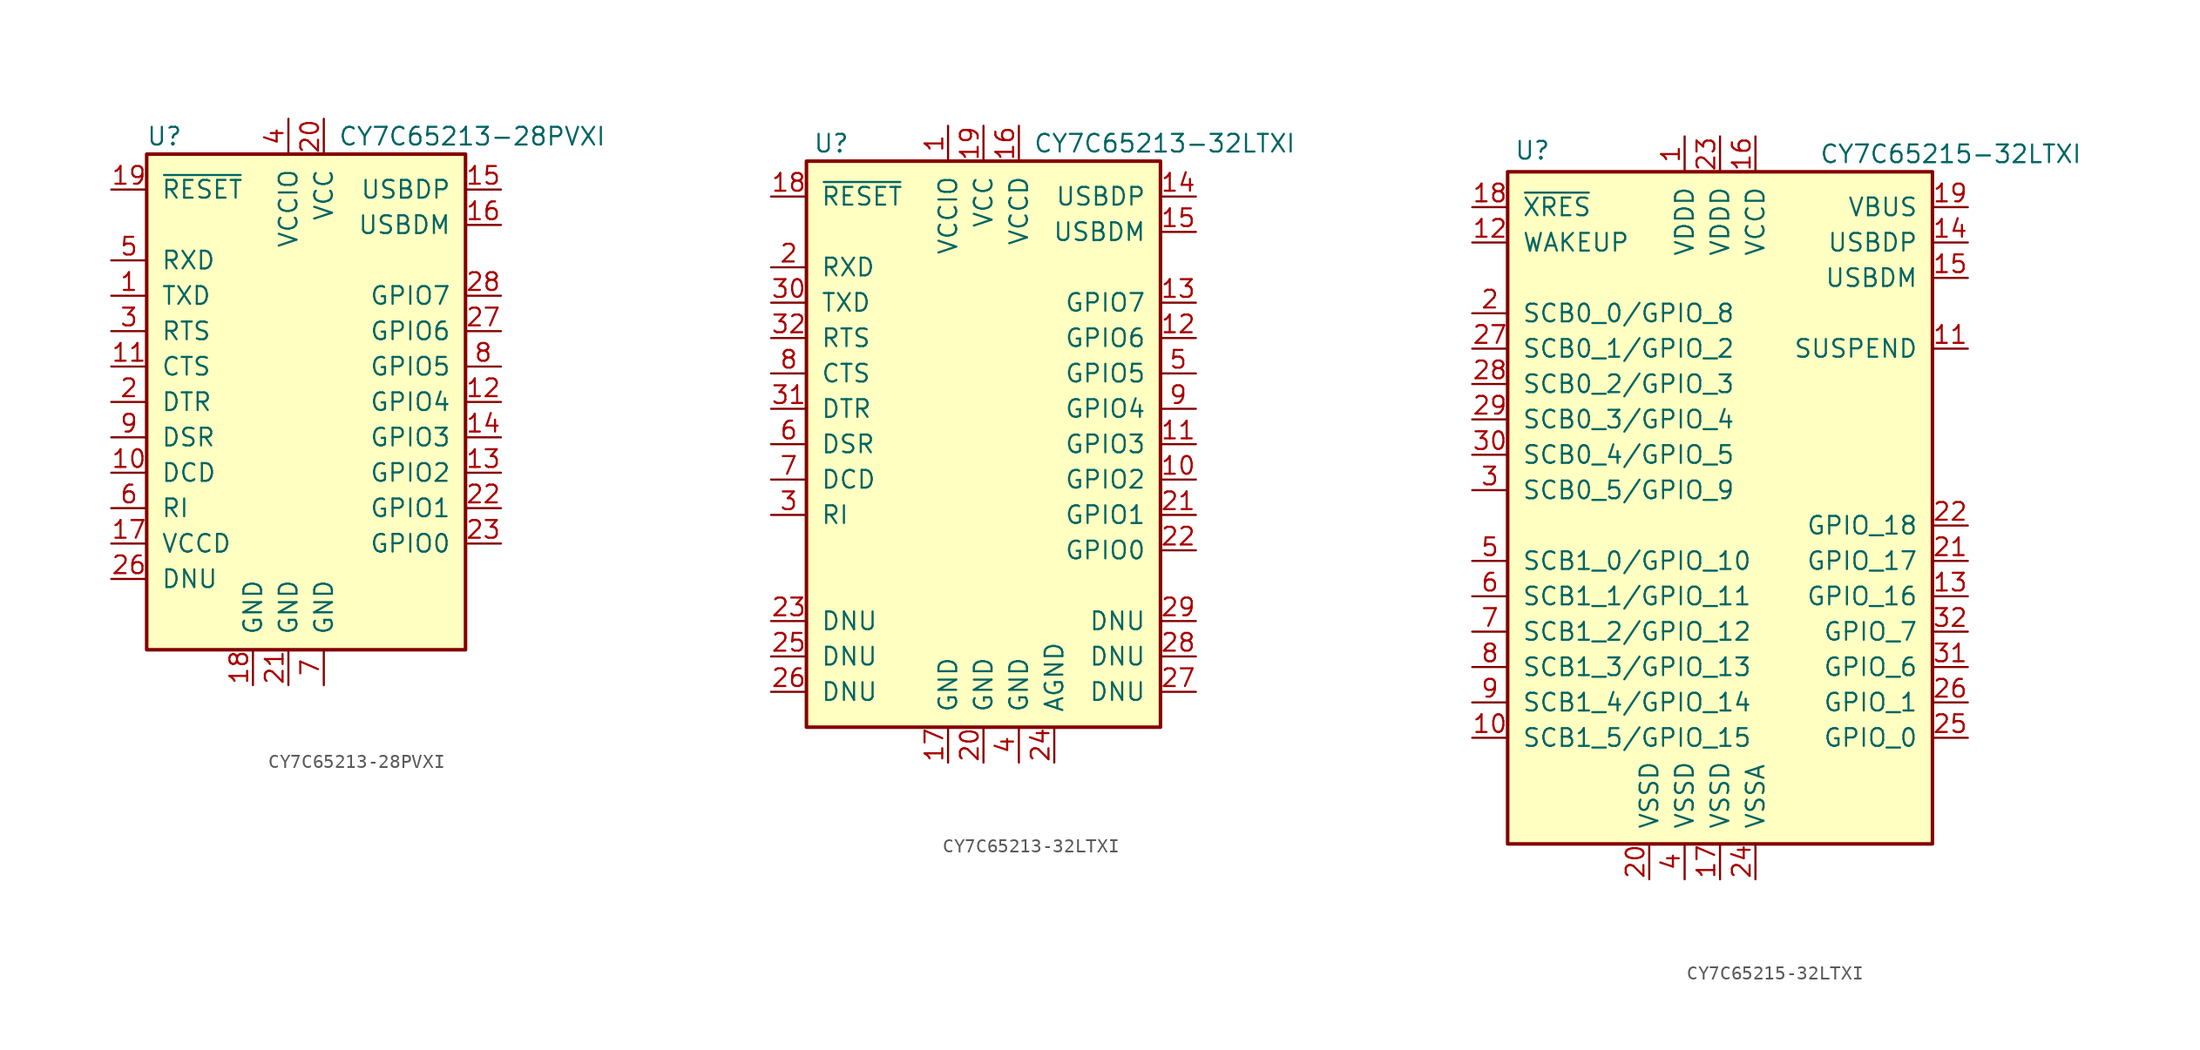
<source format=kicad_sym>
(kicad_symbol_lib
  (version 20220914)
  (generator kicad_symbol_editor)
  (symbol "CY7C65213-28PVXI"
    (pin_names
      (offset 1.016))
    (property "Reference" "U"
      (at -8.89 19.05 0)
      (effects (font (size 1.27 1.27))))
    (property "Value" "CY7C65213-28PVXI"
      (at 3.556 19.05 0)
      (effects (font (size 1.27 1.27)) (justify left)))
    (symbol "CY7C65213-28PVXI_0_1"
      (rectangle (start -10.16 17.78) (end 12.7 -17.78) (stroke (width 0.254) (type default)) (fill (type background))))
    (symbol "CY7C65213-28PVXI_1_1"
      (pin output line (at -12.7 7.62 0) (length 2.54) (name "TXD" (effects (font (size 1.27 1.27)))) (number "1" (effects (font (size 1.27 1.27)))))
      (pin input line (at -12.7 -5.08 0) (length 2.54) (name "DCD" (effects (font (size 1.27 1.27)))) (number "10" (effects (font (size 1.27 1.27)))))
      (pin input line (at -12.7 2.54 0) (length 2.54) (name "CTS" (effects (font (size 1.27 1.27)))) (number "11" (effects (font (size 1.27 1.27)))))
      (pin bidirectional line (at 15.24 0 180) (length 2.54) (name "GPIO4" (effects (font (size 1.27 1.27)))) (number "12" (effects (font (size 1.27 1.27)))))
      (pin tri_state line (at 15.24 -5.08 180) (length 2.54) (name "GPIO2" (effects (font (size 1.27 1.27)))) (number "13" (effects (font (size 1.27 1.27)))))
      (pin bidirectional line (at 15.24 -2.54 180) (length 2.54) (name "GPIO3" (effects (font (size 1.27 1.27)))) (number "14" (effects (font (size 1.27 1.27)))))
      (pin bidirectional line (at 15.24 15.24 180) (length 2.54) (name "USBDP" (effects (font (size 1.27 1.27)))) (number "15" (effects (font (size 1.27 1.27)))))
      (pin bidirectional line (at 15.24 12.7 180) (length 2.54) (name "USBDM" (effects (font (size 1.27 1.27)))) (number "16" (effects (font (size 1.27 1.27)))))
      (pin passive line (at -12.7 -10.16 0) (length 2.54) (name "VCCD" (effects (font (size 1.27 1.27)))) (number "17" (effects (font (size 1.27 1.27)))))
      (pin power_in line (at -2.54 -20.32 90) (length 2.54) (name "GND" (effects (font (size 1.27 1.27)))) (number "18" (effects (font (size 1.27 1.27)))))
      (pin bidirectional line (at -12.7 15.24 0) (length 2.54) (name "~{RESET}" (effects (font (size 1.27 1.27)))) (number "19" (effects (font (size 1.27 1.27)))))
      (pin output line (at -12.7 0 0) (length 2.54) (name "DTR" (effects (font (size 1.27 1.27)))) (number "2" (effects (font (size 1.27 1.27)))))
      (pin power_in line (at 2.54 20.32 270) (length 2.54) (name "VCC" (effects (font (size 1.27 1.27)))) (number "20" (effects (font (size 1.27 1.27)))))
      (pin power_in line (at 0 -20.32 90) (length 2.54) (name "GND" (effects (font (size 1.27 1.27)))) (number "21" (effects (font (size 1.27 1.27)))))
      (pin bidirectional line (at 15.24 -7.62 180) (length 2.54) (name "GPIO1" (effects (font (size 1.27 1.27)))) (number "22" (effects (font (size 1.27 1.27)))))
      (pin bidirectional line (at 15.24 -10.16 180) (length 2.54) (name "GPIO0" (effects (font (size 1.27 1.27)))) (number "23" (effects (font (size 1.27 1.27)))))
      (pin no_connect line (at 12.7 -15.24 180) (length 2.54) hide (name "NC" (effects (font (size 1.27 1.27)))) (number "24" (effects (font (size 1.27 1.27)))))
      (pin no_connect line (at 12.7 -12.7 180) (length 2.54) hide (name "NC" (effects (font (size 1.27 1.27)))) (number "25" (effects (font (size 1.27 1.27)))))
      (pin passive line (at -12.7 -12.7 0) (length 2.54) (name "DNU" (effects (font (size 1.27 1.27)))) (number "26" (effects (font (size 1.27 1.27)))))
      (pin tri_state line (at 15.24 5.08 180) (length 2.54) (name "GPIO6" (effects (font (size 1.27 1.27)))) (number "27" (effects (font (size 1.27 1.27)))))
      (pin tri_state line (at 15.24 7.62 180) (length 2.54) (name "GPIO7" (effects (font (size 1.27 1.27)))) (number "28" (effects (font (size 1.27 1.27)))))
      (pin output line (at -12.7 5.08 0) (length 2.54) (name "RTS" (effects (font (size 1.27 1.27)))) (number "3" (effects (font (size 1.27 1.27)))))
      (pin power_in line (at 0 20.32 270) (length 2.54) (name "VCCIO" (effects (font (size 1.27 1.27)))) (number "4" (effects (font (size 1.27 1.27)))))
      (pin input line (at -12.7 10.16 0) (length 2.54) (name "RXD" (effects (font (size 1.27 1.27)))) (number "5" (effects (font (size 1.27 1.27)))))
      (pin input line (at -12.7 -7.62 0) (length 2.54) (name "RI" (effects (font (size 1.27 1.27)))) (number "6" (effects (font (size 1.27 1.27)))))
      (pin power_in line (at 2.54 -20.32 90) (length 2.54) (name "GND" (effects (font (size 1.27 1.27)))) (number "7" (effects (font (size 1.27 1.27)))))
      (pin tri_state line (at 15.24 2.54 180) (length 2.54) (name "GPIO5" (effects (font (size 1.27 1.27)))) (number "8" (effects (font (size 1.27 1.27)))))
      (pin input line (at -12.7 -2.54 0) (length 2.54) (name "DSR" (effects (font (size 1.27 1.27)))) (number "9" (effects (font (size 1.27 1.27)))))))
  (symbol "CY7C65213-32LTXI"
    (pin_names
      (offset 1.016))
    (property "Reference" "U"
      (at -10.922 19.05 0)
      (effects (font (size 1.27 1.27))))
    (property "Value" "CY7C65213-32LTXI"
      (at 3.556 19.05 0)
      (effects (font (size 1.27 1.27)) (justify left)))
    (symbol "CY7C65213-32LTXI_0_1"
      (rectangle (start -12.7 17.78) (end 12.7 -22.86) (stroke (width 0.254) (type default)) (fill (type background))))
    (symbol "CY7C65213-32LTXI_1_1"
      (pin power_in line (at -2.54 20.32 270) (length 2.54) (name "VCCIO" (effects (font (size 1.27 1.27)))) (number "1" (effects (font (size 1.27 1.27)))))
      (pin tri_state line (at 15.24 -5.08 180) (length 2.54) (name "GPIO2" (effects (font (size 1.27 1.27)))) (number "10" (effects (font (size 1.27 1.27)))))
      (pin bidirectional line (at 15.24 -2.54 180) (length 2.54) (name "GPIO3" (effects (font (size 1.27 1.27)))) (number "11" (effects (font (size 1.27 1.27)))))
      (pin tri_state line (at 15.24 5.08 180) (length 2.54) (name "GPIO6" (effects (font (size 1.27 1.27)))) (number "12" (effects (font (size 1.27 1.27)))))
      (pin tri_state line (at 15.24 7.62 180) (length 2.54) (name "GPIO7" (effects (font (size 1.27 1.27)))) (number "13" (effects (font (size 1.27 1.27)))))
      (pin bidirectional line (at 15.24 15.24 180) (length 2.54) (name "USBDP" (effects (font (size 1.27 1.27)))) (number "14" (effects (font (size 1.27 1.27)))))
      (pin bidirectional line (at 15.24 12.7 180) (length 2.54) (name "USBDM" (effects (font (size 1.27 1.27)))) (number "15" (effects (font (size 1.27 1.27)))))
      (pin passive line (at 2.54 20.32 270) (length 2.54) (name "VCCD" (effects (font (size 1.27 1.27)))) (number "16" (effects (font (size 1.27 1.27)))))
      (pin power_in line (at -2.54 -25.4 90) (length 2.54) (name "GND" (effects (font (size 1.27 1.27)))) (number "17" (effects (font (size 1.27 1.27)))))
      (pin bidirectional line (at -15.24 15.24 0) (length 2.54) (name "~{RESET}" (effects (font (size 1.27 1.27)))) (number "18" (effects (font (size 1.27 1.27)))))
      (pin power_in line (at 0 20.32 270) (length 2.54) (name "VCC" (effects (font (size 1.27 1.27)))) (number "19" (effects (font (size 1.27 1.27)))))
      (pin input line (at -15.24 10.16 0) (length 2.54) (name "RXD" (effects (font (size 1.27 1.27)))) (number "2" (effects (font (size 1.27 1.27)))))
      (pin power_in line (at 0 -25.4 90) (length 2.54) (name "GND" (effects (font (size 1.27 1.27)))) (number "20" (effects (font (size 1.27 1.27)))))
      (pin bidirectional line (at 15.24 -7.62 180) (length 2.54) (name "GPIO1" (effects (font (size 1.27 1.27)))) (number "21" (effects (font (size 1.27 1.27)))))
      (pin bidirectional line (at 15.24 -10.16 180) (length 2.54) (name "GPIO0" (effects (font (size 1.27 1.27)))) (number "22" (effects (font (size 1.27 1.27)))))
      (pin passive line (at -15.24 -15.24 0) (length 2.54) (name "DNU" (effects (font (size 1.27 1.27)))) (number "23" (effects (font (size 1.27 1.27)))))
      (pin power_in line (at 5.08 -25.4 90) (length 2.54) (name "AGND" (effects (font (size 1.27 1.27)))) (number "24" (effects (font (size 1.27 1.27)))))
      (pin passive line (at -15.24 -17.78 0) (length 2.54) (name "DNU" (effects (font (size 1.27 1.27)))) (number "25" (effects (font (size 1.27 1.27)))))
      (pin passive line (at -15.24 -20.32 0) (length 2.54) (name "DNU" (effects (font (size 1.27 1.27)))) (number "26" (effects (font (size 1.27 1.27)))))
      (pin passive line (at 15.24 -20.32 180) (length 2.54) (name "DNU" (effects (font (size 1.27 1.27)))) (number "27" (effects (font (size 1.27 1.27)))))
      (pin passive line (at 15.24 -17.78 180) (length 2.54) (name "DNU" (effects (font (size 1.27 1.27)))) (number "28" (effects (font (size 1.27 1.27)))))
      (pin passive line (at 15.24 -15.24 180) (length 2.54) (name "DNU" (effects (font (size 1.27 1.27)))) (number "29" (effects (font (size 1.27 1.27)))))
      (pin input line (at -15.24 -7.62 0) (length 2.54) (name "RI" (effects (font (size 1.27 1.27)))) (number "3" (effects (font (size 1.27 1.27)))))
      (pin output line (at -15.24 7.62 0) (length 2.54) (name "TXD" (effects (font (size 1.27 1.27)))) (number "30" (effects (font (size 1.27 1.27)))))
      (pin output line (at -15.24 0 0) (length 2.54) (name "DTR" (effects (font (size 1.27 1.27)))) (number "31" (effects (font (size 1.27 1.27)))))
      (pin output line (at -15.24 5.08 0) (length 2.54) (name "RTS" (effects (font (size 1.27 1.27)))) (number "32" (effects (font (size 1.27 1.27)))))
      (pin no_connect line (at -12.7 -12.7 0) (length 2.54) hide (name "1EP" (effects (font (size 1.27 1.27)))) (number "33" (effects (font (size 1.27 1.27)))))
      (pin power_in line (at 2.54 -25.4 90) (length 2.54) (name "GND" (effects (font (size 1.27 1.27)))) (number "4" (effects (font (size 1.27 1.27)))))
      (pin tri_state line (at 15.24 2.54 180) (length 2.54) (name "GPIO5" (effects (font (size 1.27 1.27)))) (number "5" (effects (font (size 1.27 1.27)))))
      (pin input line (at -15.24 -2.54 0) (length 2.54) (name "DSR" (effects (font (size 1.27 1.27)))) (number "6" (effects (font (size 1.27 1.27)))))
      (pin input line (at -15.24 -5.08 0) (length 2.54) (name "DCD" (effects (font (size 1.27 1.27)))) (number "7" (effects (font (size 1.27 1.27)))))
      (pin input line (at -15.24 2.54 0) (length 2.54) (name "CTS" (effects (font (size 1.27 1.27)))) (number "8" (effects (font (size 1.27 1.27)))))
      (pin bidirectional line (at 15.24 0 180) (length 2.54) (name "GPIO4" (effects (font (size 1.27 1.27)))) (number "9" (effects (font (size 1.27 1.27)))))))
  (symbol "CY7C65215-32LTXI"
    (pin_names
      (offset 1.016))
    (property "Reference" "U"
      (at -13.462 21.844 0)
      (effects (font (size 1.27 1.27))))
    (property "Value" "CY7C65215-32LTXI"
      (at 7.112 21.59 0)
      (effects (font (size 1.27 1.27)) (justify left)))
    (symbol "CY7C65215-32LTXI_0_1"
      (rectangle (start -15.24 20.32) (end 15.24 -27.94) (stroke (width 0.254) (type default)) (fill (type background))))
    (symbol "CY7C65215-32LTXI_1_1"
      (pin power_in line (at -2.54 22.86 270) (length 2.54) (name "VDDD" (effects (font (size 1.27 1.27)))) (number "1" (effects (font (size 1.27 1.27)))))
      (pin bidirectional line (at -17.78 -20.32 0) (length 2.54) (name "SCB1_5/GPIO_15" (effects (font (size 1.27 1.27)))) (number "10" (effects (font (size 1.27 1.27)))))
      (pin output line (at 17.78 7.62 180) (length 2.54) (name "SUSPEND" (effects (font (size 1.27 1.27)))) (number "11" (effects (font (size 1.27 1.27)))))
      (pin input line (at -17.78 15.24 0) (length 2.54) (name "WAKEUP" (effects (font (size 1.27 1.27)))) (number "12" (effects (font (size 1.27 1.27)))))
      (pin tri_state line (at 17.78 -10.16 180) (length 2.54) (name "GPIO_16" (effects (font (size 1.27 1.27)))) (number "13" (effects (font (size 1.27 1.27)))))
      (pin bidirectional line (at 17.78 15.24 180) (length 2.54) (name "USBDP" (effects (font (size 1.27 1.27)))) (number "14" (effects (font (size 1.27 1.27)))))
      (pin bidirectional line (at 17.78 12.7 180) (length 2.54) (name "USBDM" (effects (font (size 1.27 1.27)))) (number "15" (effects (font (size 1.27 1.27)))))
      (pin power_in line (at 2.54 22.86 270) (length 2.54) (name "VCCD" (effects (font (size 1.27 1.27)))) (number "16" (effects (font (size 1.27 1.27)))))
      (pin power_in line (at 0 -30.48 90) (length 2.54) (name "VSSD" (effects (font (size 1.27 1.27)))) (number "17" (effects (font (size 1.27 1.27)))))
      (pin input line (at -17.78 17.78 0) (length 2.54) (name "~{XRES}" (effects (font (size 1.27 1.27)))) (number "18" (effects (font (size 1.27 1.27)))))
      (pin power_out line (at 17.78 17.78 180) (length 2.54) (name "VBUS" (effects (font (size 1.27 1.27)))) (number "19" (effects (font (size 1.27 1.27)))))
      (pin bidirectional line (at -17.78 10.16 0) (length 2.54) (name "SCB0_0/GPIO_8" (effects (font (size 1.27 1.27)))) (number "2" (effects (font (size 1.27 1.27)))))
      (pin power_in line (at -5.08 -30.48 90) (length 2.54) (name "VSSD" (effects (font (size 1.27 1.27)))) (number "20" (effects (font (size 1.27 1.27)))))
      (pin tri_state line (at 17.78 -7.62 180) (length 2.54) (name "GPIO_17" (effects (font (size 1.27 1.27)))) (number "21" (effects (font (size 1.27 1.27)))))
      (pin tri_state line (at 17.78 -5.08 180) (length 2.54) (name "GPIO_18" (effects (font (size 1.27 1.27)))) (number "22" (effects (font (size 1.27 1.27)))))
      (pin power_in line (at 0 22.86 270) (length 2.54) (name "VDDD" (effects (font (size 1.27 1.27)))) (number "23" (effects (font (size 1.27 1.27)))))
      (pin power_in line (at 2.54 -30.48 90) (length 2.54) (name "VSSA" (effects (font (size 1.27 1.27)))) (number "24" (effects (font (size 1.27 1.27)))))
      (pin bidirectional line (at 17.78 -20.32 180) (length 2.54) (name "GPIO_0" (effects (font (size 1.27 1.27)))) (number "25" (effects (font (size 1.27 1.27)))))
      (pin bidirectional line (at 17.78 -17.78 180) (length 2.54) (name "GPIO_1" (effects (font (size 1.27 1.27)))) (number "26" (effects (font (size 1.27 1.27)))))
      (pin bidirectional line (at -17.78 7.62 0) (length 2.54) (name "SCB0_1/GPIO_2" (effects (font (size 1.27 1.27)))) (number "27" (effects (font (size 1.27 1.27)))))
      (pin bidirectional line (at -17.78 5.08 0) (length 2.54) (name "SCB0_2/GPIO_3" (effects (font (size 1.27 1.27)))) (number "28" (effects (font (size 1.27 1.27)))))
      (pin bidirectional line (at -17.78 2.54 0) (length 2.54) (name "SCB0_3/GPIO_4" (effects (font (size 1.27 1.27)))) (number "29" (effects (font (size 1.27 1.27)))))
      (pin bidirectional line (at -17.78 -2.54 0) (length 2.54) (name "SCB0_5/GPIO_9" (effects (font (size 1.27 1.27)))) (number "3" (effects (font (size 1.27 1.27)))))
      (pin bidirectional line (at -17.78 0 0) (length 2.54) (name "SCB0_4/GPIO_5" (effects (font (size 1.27 1.27)))) (number "30" (effects (font (size 1.27 1.27)))))
      (pin bidirectional line (at 17.78 -15.24 180) (length 2.54) (name "GPIO_6" (effects (font (size 1.27 1.27)))) (number "31" (effects (font (size 1.27 1.27)))))
      (pin bidirectional line (at 17.78 -12.7 180) (length 2.54) (name "GPIO_7" (effects (font (size 1.27 1.27)))) (number "32" (effects (font (size 1.27 1.27)))))
      (pin no_connect line (at -15.24 -25.4 0) (length 2.54) hide (name "1EP" (effects (font (size 1.27 1.27)))) (number "33" (effects (font (size 1.27 1.27)))))
      (pin power_in line (at -2.54 -30.48 90) (length 2.54) (name "VSSD" (effects (font (size 1.27 1.27)))) (number "4" (effects (font (size 1.27 1.27)))))
      (pin bidirectional line (at -17.78 -7.62 0) (length 2.54) (name "SCB1_0/GPIO_10" (effects (font (size 1.27 1.27)))) (number "5" (effects (font (size 1.27 1.27)))))
      (pin bidirectional line (at -17.78 -10.16 0) (length 2.54) (name "SCB1_1/GPIO_11" (effects (font (size 1.27 1.27)))) (number "6" (effects (font (size 1.27 1.27)))))
      (pin bidirectional line (at -17.78 -12.7 0) (length 2.54) (name "SCB1_2/GPIO_12" (effects (font (size 1.27 1.27)))) (number "7" (effects (font (size 1.27 1.27)))))
      (pin bidirectional line (at -17.78 -15.24 0) (length 2.54) (name "SCB1_3/GPIO_13" (effects (font (size 1.27 1.27)))) (number "8" (effects (font (size 1.27 1.27)))))
      (pin bidirectional line (at -17.78 -17.78 0) (length 2.54) (name "SCB1_4/GPIO_14" (effects (font (size 1.27 1.27)))) (number "9" (effects (font (size 1.27 1.27))))))))
</source>
